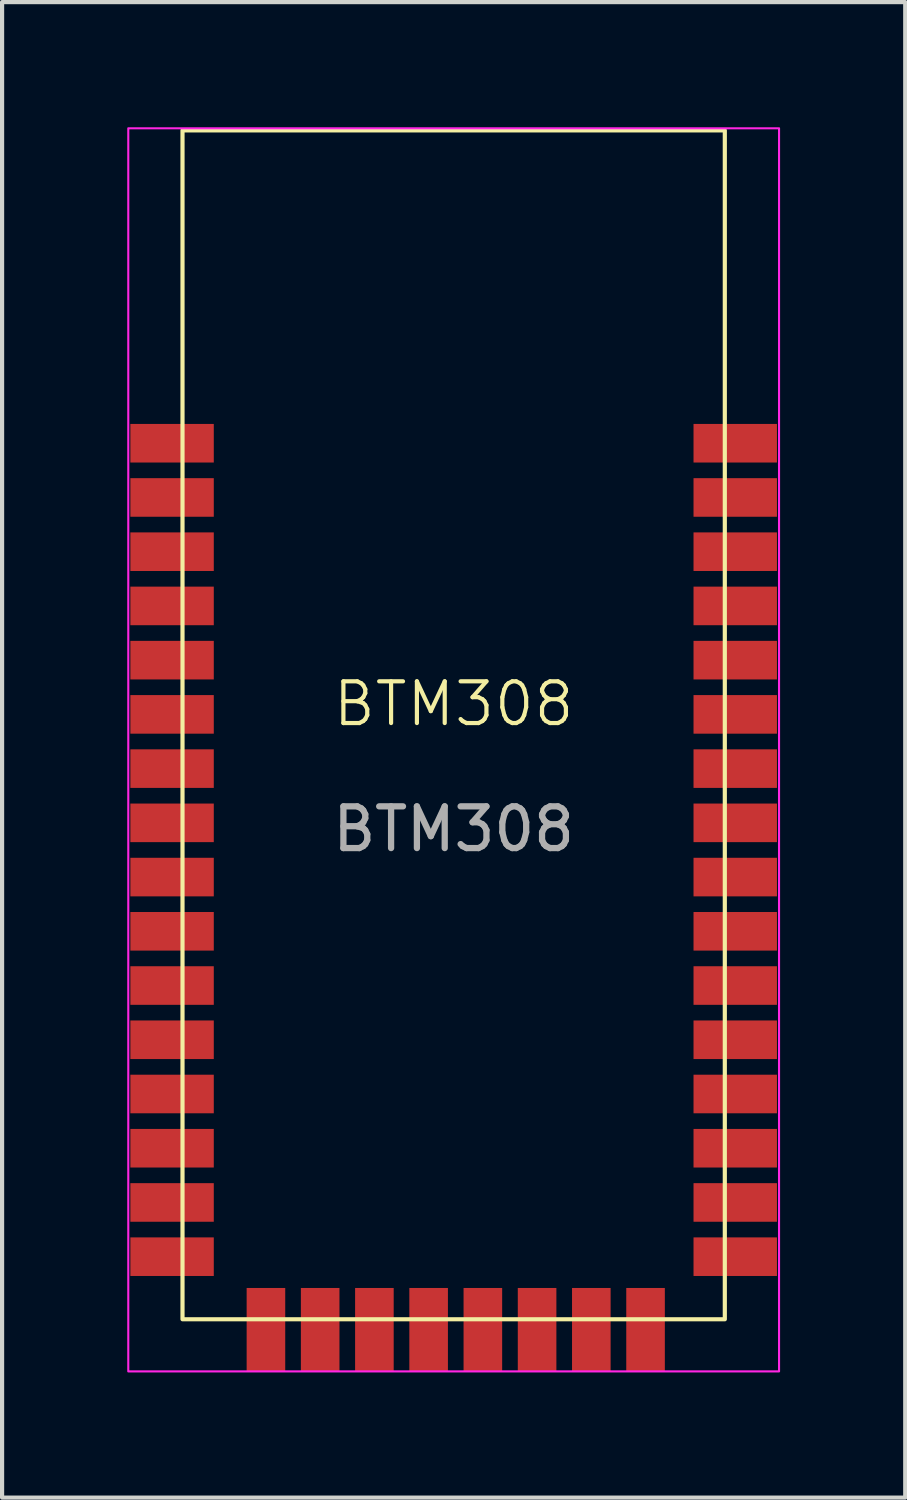
<source format=kicad_pcb>
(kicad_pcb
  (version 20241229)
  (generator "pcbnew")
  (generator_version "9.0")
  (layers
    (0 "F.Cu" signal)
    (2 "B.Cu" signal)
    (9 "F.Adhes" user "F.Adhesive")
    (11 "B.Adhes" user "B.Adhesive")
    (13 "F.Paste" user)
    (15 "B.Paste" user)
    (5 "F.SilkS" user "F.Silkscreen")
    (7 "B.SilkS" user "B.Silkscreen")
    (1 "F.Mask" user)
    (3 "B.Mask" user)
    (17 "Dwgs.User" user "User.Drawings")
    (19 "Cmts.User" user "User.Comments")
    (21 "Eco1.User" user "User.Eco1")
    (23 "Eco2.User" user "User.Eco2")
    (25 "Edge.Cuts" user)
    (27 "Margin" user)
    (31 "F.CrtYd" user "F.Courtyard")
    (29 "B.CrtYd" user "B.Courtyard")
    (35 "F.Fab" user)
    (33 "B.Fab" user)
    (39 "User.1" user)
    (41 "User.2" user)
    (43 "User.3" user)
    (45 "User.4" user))
  (footprint "BTM308"
    (layer "F.Cu")
    (at 7.825 14.325)
    (property "Reference" "BTM308" (at 0 -0.5 0) (unlocked yes) (layer "F.SilkS") (effects (font (size 1 1) (thickness 0.1))))
    (attr smd)
    (fp_rect (start -6.5 -14.25) (end 6.5 14.25) (stroke (width 0.1) (type solid)) (fill no) (layer "F.SilkS"))
    (fp_rect (start -7.8 -14.3) (end 7.8 15.5) (stroke (width 0.05) (type solid)) (fill no) (layer "F.CrtYd"))
    (fp_text user "${REFERENCE}" (at 0 2.5 0) (unlocked yes) (layer "F.Fab") (effects (font (size 1 1) (thickness 0.15))))
    (pad "0" smd rect (at -6.75 -6.75) (size 2 0.925) (layers "F.Cu" "F.Mask" "F.Paste"))
    (pad "1" smd rect (at -6.75 -5.45) (size 2 0.925) (layers "F.Cu" "F.Mask" "F.Paste"))
    (pad "2" smd rect (at -6.75 -4.15) (size 2 0.925) (layers "F.Cu" "F.Mask" "F.Paste"))
    (pad "3" smd rect (at -6.75 -2.85) (size 2 0.925) (layers "F.Cu" "F.Mask" "F.Paste"))
    (pad "4" smd rect (at -6.75 -1.55) (size 2 0.925) (layers "F.Cu" "F.Mask" "F.Paste"))
    (pad "5" smd rect (at -6.75 -0.25) (size 2 0.925) (layers "F.Cu" "F.Mask" "F.Paste"))
    (pad "6" smd rect (at -6.75 1.05) (size 2 0.925) (layers "F.Cu" "F.Mask" "F.Paste"))
    (pad "7" smd rect (at -6.75 2.35) (size 2 0.925) (layers "F.Cu" "F.Mask" "F.Paste"))
    (pad "8" smd rect (at -6.75 3.65) (size 2 0.925) (layers "F.Cu" "F.Mask" "F.Paste"))
    (pad "9" smd rect (at -6.75 4.95) (size 2 0.925) (layers "F.Cu" "F.Mask" "F.Paste"))
    (pad "10" smd rect (at -6.75 6.25) (size 2 0.925) (layers "F.Cu" "F.Mask" "F.Paste"))
    (pad "11" smd rect (at -6.75 7.55) (size 2 0.925) (layers "F.Cu" "F.Mask" "F.Paste"))
    (pad "12" smd rect (at -6.75 8.85) (size 2 0.925) (layers "F.Cu" "F.Mask" "F.Paste"))
    (pad "13" smd rect (at -6.75 10.15) (size 2 0.925) (layers "F.Cu" "F.Mask" "F.Paste"))
    (pad "14" smd rect (at -6.75 11.45) (size 2 0.925) (layers "F.Cu" "F.Mask" "F.Paste"))
    (pad "15" smd rect (at -6.75 12.75) (size 2 0.925) (layers "F.Cu" "F.Mask" "F.Paste"))
    (pad "16" smd rect (at -4.5 14.5 90) (size 2 0.925) (layers "F.Cu" "F.Mask" "F.Paste"))
    (pad "17" smd rect (at -3.2 14.5 90) (size 2 0.925) (layers "F.Cu" "F.Mask" "F.Paste"))
    (pad "18" smd rect (at -1.9 14.5 90) (size 2 0.925) (layers "F.Cu" "F.Mask" "F.Paste"))
    (pad "19" smd rect (at -0.6 14.5 90) (size 2 0.925) (layers "F.Cu" "F.Mask" "F.Paste"))
    (pad "20" smd rect (at 0.7 14.5 90) (size 2 0.925) (layers "F.Cu" "F.Mask" "F.Paste"))
    (pad "21" smd rect (at 2 14.5 90) (size 2 0.925) (layers "F.Cu" "F.Mask" "F.Paste"))
    (pad "22" smd rect (at 3.3 14.5 90) (size 2 0.925) (layers "F.Cu" "F.Mask" "F.Paste"))
    (pad "23" smd rect (at 4.6 14.5 90) (size 2 0.925) (layers "F.Cu" "F.Mask" "F.Paste"))
    (pad "24" smd rect (at 6.75 12.75 180) (size 2 0.925) (layers "F.Cu" "F.Mask" "F.Paste"))
    (pad "25" smd rect (at 6.75 11.45 180) (size 2 0.925) (layers "F.Cu" "F.Mask" "F.Paste"))
    (pad "26" smd rect (at 6.75 10.15 180) (size 2 0.925) (layers "F.Cu" "F.Mask" "F.Paste"))
    (pad "27" smd rect (at 6.75 8.85 180) (size 2 0.925) (layers "F.Cu" "F.Mask" "F.Paste"))
    (pad "28" smd rect (at 6.75 7.55 180) (size 2 0.925) (layers "F.Cu" "F.Mask" "F.Paste"))
    (pad "29" smd rect (at 6.75 6.25 180) (size 2 0.925) (layers "F.Cu" "F.Mask" "F.Paste"))
    (pad "30" smd rect (at 6.75 4.95 180) (size 2 0.925) (layers "F.Cu" "F.Mask" "F.Paste"))
    (pad "31" smd rect (at 6.75 3.65 180) (size 2 0.925) (layers "F.Cu" "F.Mask" "F.Paste"))
    (pad "32" smd rect (at 6.75 2.35 180) (size 2 0.925) (layers "F.Cu" "F.Mask" "F.Paste"))
    (pad "33" smd rect (at 6.75 1.05 180) (size 2 0.925) (layers "F.Cu" "F.Mask" "F.Paste"))
    (pad "34" smd rect (at 6.75 -0.25 180) (size 2 0.925) (layers "F.Cu" "F.Mask" "F.Paste"))
    (pad "35" smd rect (at 6.75 -1.55 180) (size 2 0.925) (layers "F.Cu" "F.Mask" "F.Paste"))
    (pad "36" smd rect (at 6.75 -2.85 180) (size 2 0.925) (layers "F.Cu" "F.Mask" "F.Paste"))
    (pad "37" smd rect (at 6.75 -4.15 180) (size 2 0.925) (layers "F.Cu" "F.Mask" "F.Paste"))
    (pad "38" smd rect (at 6.75 -5.45 180) (size 2 0.925) (layers "F.Cu" "F.Mask" "F.Paste"))
    (pad "39" smd rect (at 6.75 -6.75 180) (size 2 0.925) (layers "F.Cu" "F.Mask" "F.Paste"))
    (zone (net_name "") (layers "F.Cu" "B.Cu") (hatch edge 0.5) (connect_pads) (min_thickness 0.25) (filled_areas_thickness no) (keepout (tracks not_allowed) (vias not_allowed) (pads not_allowed) (copperpour allowed) (footprints allowed)) (placement (enabled no)) (fill) (polygon (pts (xy 1.325 0.075) (xy 14.325 0.075) (xy 14.325 6.575) (xy 1.325 6.575)))))
  (gr_rect
    (start -3 -3)
    (end 18.65 32.85)
    (stroke (width 0.1) (type default))
    (fill no)
    (layer "Edge.Cuts")))
</source>
